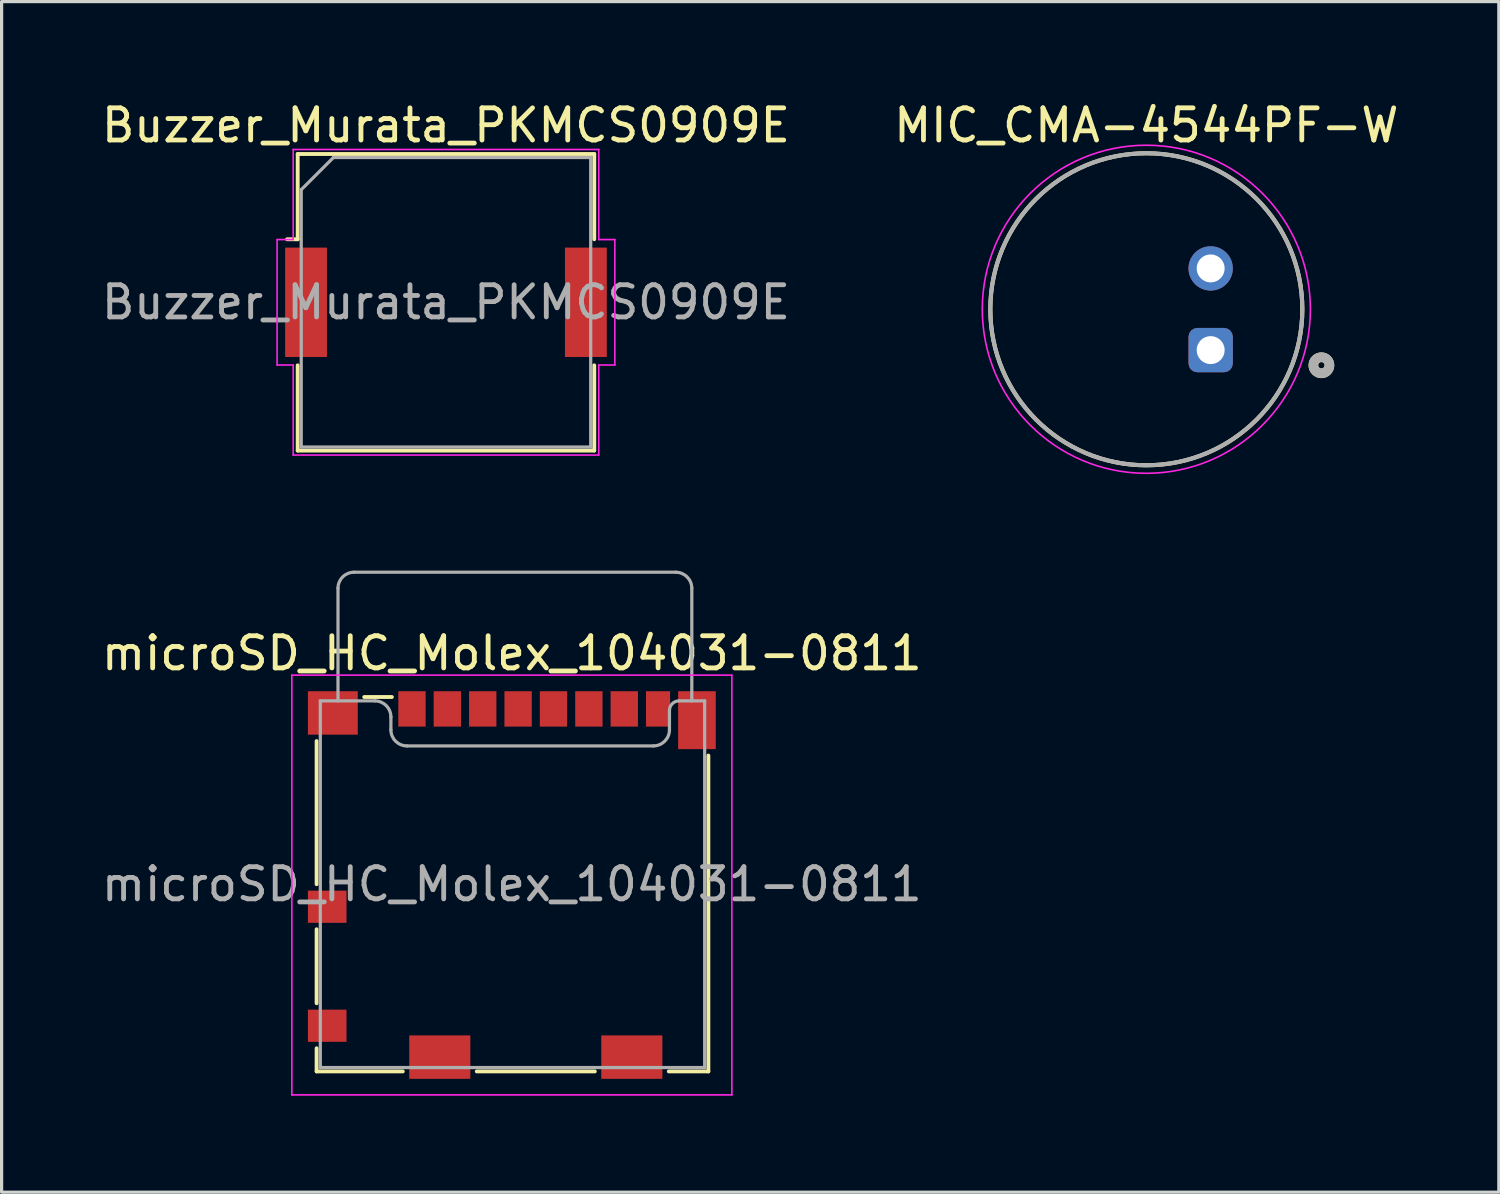
<source format=kicad_pcb>
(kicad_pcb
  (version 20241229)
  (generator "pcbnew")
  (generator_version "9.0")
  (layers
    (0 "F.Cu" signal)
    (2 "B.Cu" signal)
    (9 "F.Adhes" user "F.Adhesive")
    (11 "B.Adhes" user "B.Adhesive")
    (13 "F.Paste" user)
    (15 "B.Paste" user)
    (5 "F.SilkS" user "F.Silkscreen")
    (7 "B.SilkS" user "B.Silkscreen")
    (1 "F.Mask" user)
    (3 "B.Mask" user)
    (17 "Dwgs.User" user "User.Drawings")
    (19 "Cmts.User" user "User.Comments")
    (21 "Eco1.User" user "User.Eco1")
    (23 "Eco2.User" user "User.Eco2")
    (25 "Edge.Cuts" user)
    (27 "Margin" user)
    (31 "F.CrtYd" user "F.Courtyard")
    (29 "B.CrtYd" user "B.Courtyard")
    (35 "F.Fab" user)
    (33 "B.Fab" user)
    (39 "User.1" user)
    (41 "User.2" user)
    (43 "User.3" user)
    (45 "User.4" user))
  (footprint "Buzzer_Murata_PKMCS0909E"
    (layer "F.Cu")
    (at 10.815 6.348)
    (property "Reference" "Buzzer_Murata_PKMCS0909E" (at 0 -5.5 0) (layer "F.SilkS") (effects (font (size 1 1) (thickness 0.15))))
    (attr smd)
    (fp_line (start -4.61 -4.61) (end 4.61 -4.61) (stroke (width 0.12) (type solid)) (layer "F.SilkS"))
    (fp_line (start -4.61 -1.96) (end -4.94 -1.96) (stroke (width 0.12) (type solid)) (layer "F.SilkS"))
    (fp_line (start -4.61 -1.96) (end -4.61 -4.61) (stroke (width 0.12) (type solid)) (layer "F.SilkS"))
    (fp_line (start -4.61 4.61) (end -4.61 1.96) (stroke (width 0.12) (type solid)) (layer "F.SilkS"))
    (fp_line (start 4.61 -4.61) (end 4.61 -1.96) (stroke (width 0.12) (type solid)) (layer "F.SilkS"))
    (fp_line (start 4.61 1.96) (end 4.61 4.61) (stroke (width 0.12) (type solid)) (layer "F.SilkS"))
    (fp_line (start 4.61 4.61) (end -4.61 4.61) (stroke (width 0.12) (type solid)) (layer "F.SilkS"))
    (fp_line (start -5.25 1.95) (end -5.25 -1.95) (stroke (width 0.05) (type solid)) (layer "F.CrtYd"))
    (fp_line (start -4.75 -4.75) (end 4.75 -4.75) (stroke (width 0.05) (type solid)) (layer "F.CrtYd"))
    (fp_line (start -4.75 -1.95) (end -5.25 -1.95) (stroke (width 0.05) (type solid)) (layer "F.CrtYd"))
    (fp_line (start -4.75 -1.95) (end -4.75 -4.75) (stroke (width 0.05) (type solid)) (layer "F.CrtYd"))
    (fp_line (start -4.75 1.95) (end -5.25 1.95) (stroke (width 0.05) (type solid)) (layer "F.CrtYd"))
    (fp_line (start -4.75 4.75) (end -4.75 1.95) (stroke (width 0.05) (type solid)) (layer "F.CrtYd"))
    (fp_line (start 4.75 -1.95) (end 4.75 -4.75) (stroke (width 0.05) (type solid)) (layer "F.CrtYd"))
    (fp_line (start 4.75 -1.95) (end 5.25 -1.95) (stroke (width 0.05) (type solid)) (layer "F.CrtYd"))
    (fp_line (start 4.75 1.95) (end 5.25 1.95) (stroke (width 0.05) (type solid)) (layer "F.CrtYd"))
    (fp_line (start 4.75 4.75) (end -4.75 4.75) (stroke (width 0.05) (type solid)) (layer "F.CrtYd"))
    (fp_line (start 4.75 4.75) (end 4.75 1.95) (stroke (width 0.05) (type solid)) (layer "F.CrtYd"))
    (fp_line (start 5.25 1.95) (end 5.25 -1.95) (stroke (width 0.05) (type solid)) (layer "F.CrtYd"))
    (fp_line (start -4.5 -3.5) (end -3.5 -4.5) (stroke (width 0.1) (type solid)) (layer "F.Fab"))
    (fp_line (start -4.5 4.5) (end -4.5 -3.5) (stroke (width 0.1) (type solid)) (layer "F.Fab"))
    (fp_line (start -3.5 -4.5) (end 4.5 -4.5) (stroke (width 0.1) (type solid)) (layer "F.Fab"))
    (fp_line (start 4.5 -4.5) (end 4.5 4.5) (stroke (width 0.1) (type solid)) (layer "F.Fab"))
    (fp_line (start 4.5 4.5) (end -4.5 4.5) (stroke (width 0.1) (type solid)) (layer "F.Fab"))
    (fp_text user "${REFERENCE}" (at 0 0 0) (layer "F.Fab") (effects (font (size 1 1) (thickness 0.15))))
    (pad "1" smd rect (at -4.35 0) (size 1.3 3.4) (layers "F.Cu" "F.Mask" "F.Paste"))
    (pad "2" smd rect (at 4.35 0) (size 1.3 3.4) (layers "F.Cu" "F.Mask" "F.Paste")))
  (footprint "MIC_CMA-4544PF-W"
    (layer "F.Cu")
    (at 32.589 6.565)
    (property "Reference" "MIC_CMA-4544PF-W" (at 0 -5.717 0) (layer "F.SilkS") (effects (font (size 1 1) (thickness 0.15))))
    (attr through_hole)
    (fp_circle (center 0 0) (end 4.85 0) (stroke (width 0.127) (type solid)) (fill no) (layer "F.SilkS"))
    (fp_circle (center 5.443 1.741) (end 5.543 1.741) (stroke (width 0.3) (type solid)) (fill no) (layer "F.SilkS"))
    (fp_circle (center 0 0) (end 5.1 0) (stroke (width 0.05) (type solid)) (fill no) (layer "F.CrtYd"))
    (fp_circle (center 0 0) (end 4.85 0) (stroke (width 0.127) (type solid)) (fill no) (layer "F.Fab"))
    (fp_circle (center 5.443 1.741) (end 5.543 1.741) (stroke (width 0.3) (type solid)) (fill no) (layer "F.Fab"))
    (pad "1" thru_hole roundrect (at 2 1.27) (size 1.378 1.378) (drill 0.87) (layers "*.Cu" "*.Mask") (roundrect_rratio 0.2))
    (pad "2" thru_hole circle (at 2 -1.27) (size 1.378 1.378) (drill 0.87) (layers "*.Cu" "*.Mask")))
  (footprint "microSD_HC_Molex_104031-0811"
    (layer "F.Cu")
    (at 12.863 24.44)
    (property "Reference" "microSD_HC_Molex_104031-0811" (at 0 -7.18 0) (layer "F.SilkS") (effects (font (size 1 1) (thickness 0.15))))
    (attr smd)
    (fp_line (start -6.07 -4.45) (end -6.07 0) (stroke (width 0.12) (type solid)) (layer "F.SilkS"))
    (fp_line (start -6.07 1.4) (end -6.07 3.7) (stroke (width 0.12) (type solid)) (layer "F.SilkS"))
    (fp_line (start -6.07 5.1) (end -6.07 5.82) (stroke (width 0.12) (type solid)) (layer "F.SilkS"))
    (fp_line (start -6.07 5.82) (end -3.39 5.82) (stroke (width 0.12) (type solid)) (layer "F.SilkS"))
    (fp_line (start -4.59 -5.82) (end -3.73 -5.82) (stroke (width 0.12) (type solid)) (layer "F.SilkS"))
    (fp_line (start -1.09 5.82) (end 2.58 5.82) (stroke (width 0.12) (type solid)) (layer "F.SilkS"))
    (fp_line (start 4.88 5.82) (end 6.11 5.82) (stroke (width 0.12) (type solid)) (layer "F.SilkS"))
    (fp_line (start 6.11 5.82) (end 6.11 -4) (stroke (width 0.12) (type solid)) (layer "F.SilkS"))
    (fp_line (start -6.84 -6.5) (end 6.84 -6.5) (stroke (width 0.05) (type solid)) (layer "F.CrtYd"))
    (fp_line (start -6.84 6.55) (end -6.84 -6.5) (stroke (width 0.05) (type solid)) (layer "F.CrtYd"))
    (fp_line (start 6.84 -6.5) (end 6.84 6.55) (stroke (width 0.05) (type solid)) (layer "F.CrtYd"))
    (fp_line (start 6.84 6.55) (end -6.84 6.55) (stroke (width 0.05) (type solid)) (layer "F.CrtYd"))
    (fp_line (start -5.955 -5.7) (end -5.955 5.7) (stroke (width 0.1) (type solid)) (layer "F.Fab"))
    (fp_line (start -5.955 -5.7) (end -4.26 -5.7) (stroke (width 0.1) (type solid)) (layer "F.Fab"))
    (fp_line (start -5.405 -9.2) (end -5.405 -5.7) (stroke (width 0.1) (type solid)) (layer "F.Fab"))
    (fp_line (start -4.905 -9.7) (end 5.095 -9.7) (stroke (width 0.1) (type solid)) (layer "F.Fab"))
    (fp_line (start -3.76 -4.8) (end -3.76 -5.2) (stroke (width 0.1) (type solid)) (layer "F.Fab"))
    (fp_line (start 4.4 -4.3) (end -3.26 -4.3) (stroke (width 0.1) (type solid)) (layer "F.Fab"))
    (fp_line (start 4.9 -5.4) (end 4.9 -4.8) (stroke (width 0.1) (type solid)) (layer "F.Fab"))
    (fp_line (start 5.595 -5.7) (end 5.595 -9.2) (stroke (width 0.1) (type solid)) (layer "F.Fab"))
    (fp_line (start 5.995 -5.7) (end 5.21 -5.7) (stroke (width 0.1) (type solid)) (layer "F.Fab"))
    (fp_line (start 5.995 5.7) (end -5.955 5.7) (stroke (width 0.1) (type solid)) (layer "F.Fab"))
    (fp_line (start 5.995 5.7) (end 5.995 -5.7) (stroke (width 0.1) (type solid)) (layer "F.Fab"))
    (fp_arc (start -5.405 -9.2) (mid -5.258553 -9.553553) (end -4.905 -9.7) (stroke (width 0.1) (type solid)) (layer "F.Fab"))
    (fp_arc (start -4.26 -5.7) (mid -3.906447 -5.553553) (end -3.76 -5.2) (stroke (width 0.1) (type solid)) (layer "F.Fab"))
    (fp_arc (start -3.26 -4.3) (mid -3.613553 -4.446447) (end -3.76 -4.8) (stroke (width 0.1) (type solid)) (layer "F.Fab"))
    (fp_arc (start 4.9 -5.4) (mid 4.987868 -5.612132) (end 5.2 -5.7) (stroke (width 0.1) (type solid)) (layer "F.Fab"))
    (fp_arc (start 4.9 -4.8) (mid 4.753553 -4.446447) (end 4.4 -4.3) (stroke (width 0.1) (type solid)) (layer "F.Fab"))
    (fp_arc (start 5.095 -9.7) (mid 5.448553 -9.553553) (end 5.595 -9.2) (stroke (width 0.1) (type solid)) (layer "F.Fab"))
    (fp_text user "${REFERENCE}" (at 0 0 0) (layer "F.Fab") (effects (font (size 1 1) (thickness 0.15))))
    (pad "1" smd rect (at -3.105 -5.45) (size 0.85 1.1) (layers "F.Cu" "F.Mask" "F.Paste"))
    (pad "2" smd rect (at -2.005 -5.45) (size 0.85 1.1) (layers "F.Cu" "F.Mask" "F.Paste"))
    (pad "3" smd rect (at -0.905 -5.45) (size 0.85 1.1) (layers "F.Cu" "F.Mask" "F.Paste"))
    (pad "4" smd rect (at 0.195 -5.45) (size 0.85 1.1) (layers "F.Cu" "F.Mask" "F.Paste"))
    (pad "5" smd rect (at 1.295 -5.45) (size 0.85 1.1) (layers "F.Cu" "F.Mask" "F.Paste"))
    (pad "6" smd rect (at 2.395 -5.45) (size 0.85 1.1) (layers "F.Cu" "F.Mask" "F.Paste"))
    (pad "7" smd rect (at 3.495 -5.45) (size 0.85 1.1) (layers "F.Cu" "F.Mask" "F.Paste"))
    (pad "8" smd rect (at 4.545 -5.45) (size 0.75 1.1) (layers "F.Cu" "F.Mask" "F.Paste"))
    (pad "9" smd rect (at -5.74 0.7) (size 1.2 1) (layers "F.Cu" "F.Mask" "F.Paste"))
    (pad "10" smd rect (at -5.74 4.4) (size 1.2 1) (layers "F.Cu" "F.Mask" "F.Paste"))
    (pad "11" smd rect (at -5.565 -5.325) (size 1.55 1.35) (layers "F.Cu" "F.Mask" "F.Paste"))
    (pad "11" smd rect (at -2.24 5.375) (size 1.9 1.35) (layers "F.Cu" "F.Mask" "F.Paste"))
    (pad "11" smd rect (at 3.73 5.375) (size 1.9 1.35) (layers "F.Cu" "F.Mask" "F.Paste"))
    (pad "11" smd rect (at 5.755 -5.1) (size 1.17 1.8) (layers "F.Cu" "F.Mask" "F.Paste")))
  (gr_rect
    (start -3 -3)
    (end 43.548 34.015)
    (stroke (width 0.1) (type default))
    (fill no)
    (layer "Edge.Cuts")))
</source>
